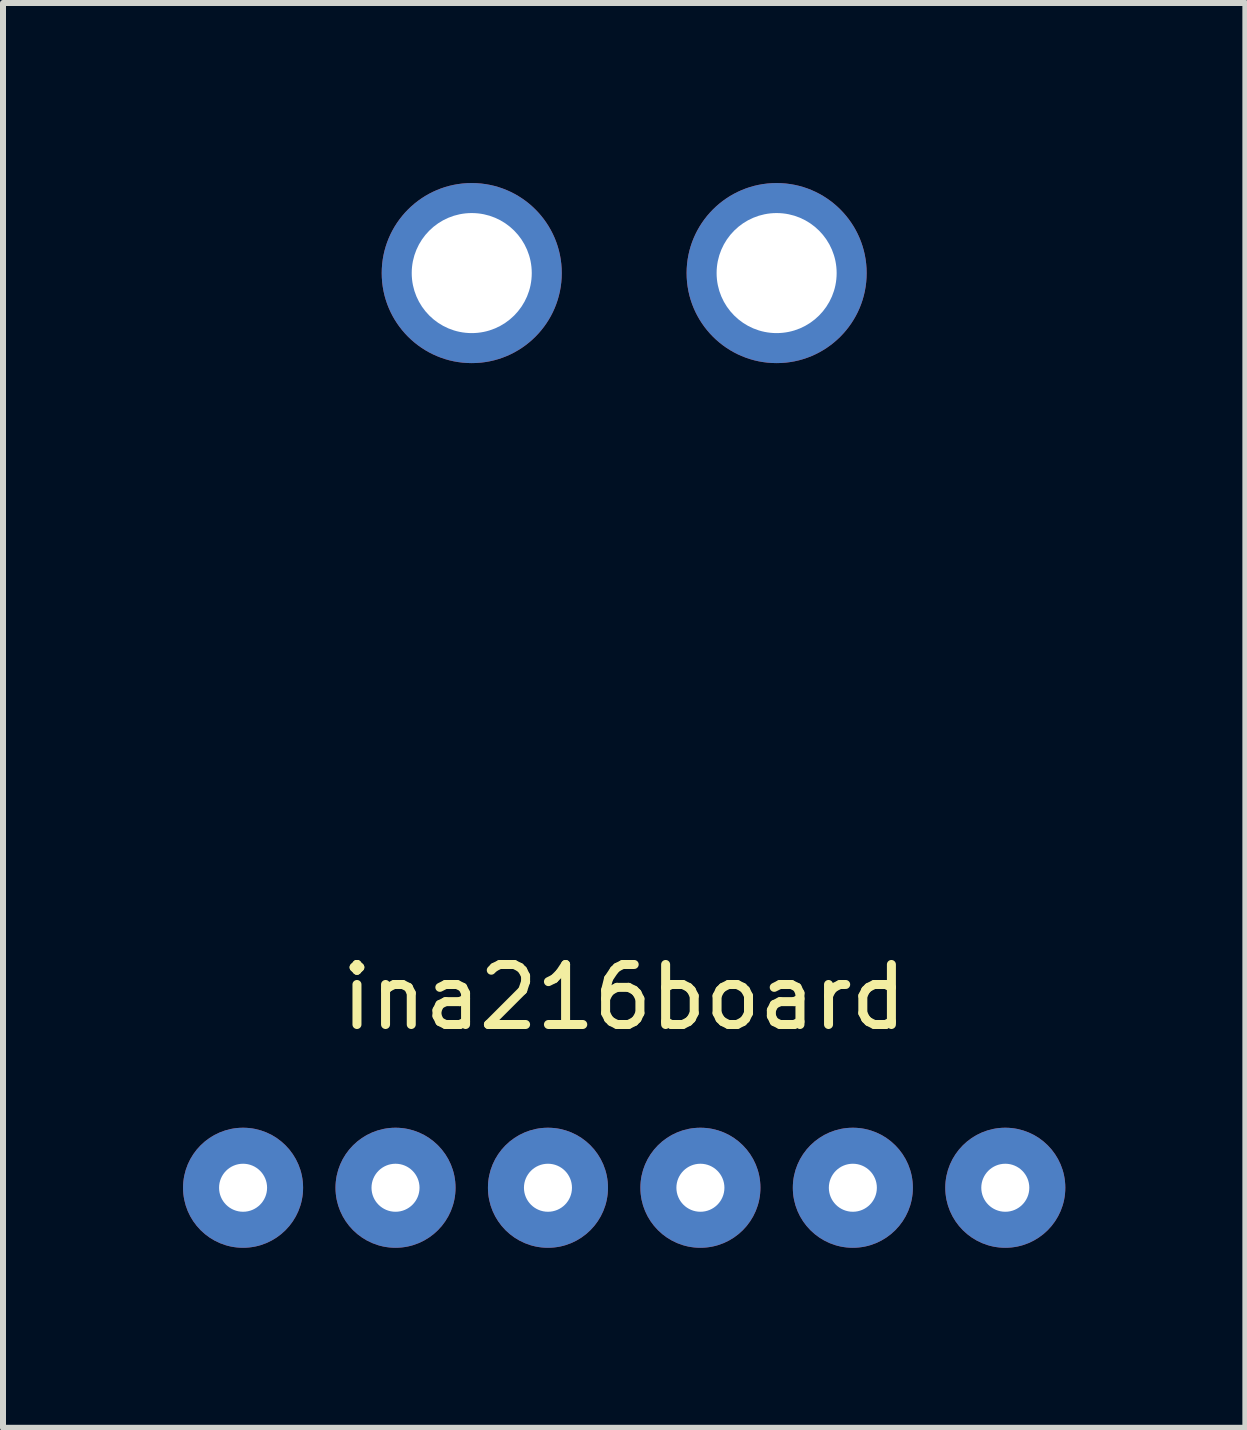
<source format=kicad_pcb>
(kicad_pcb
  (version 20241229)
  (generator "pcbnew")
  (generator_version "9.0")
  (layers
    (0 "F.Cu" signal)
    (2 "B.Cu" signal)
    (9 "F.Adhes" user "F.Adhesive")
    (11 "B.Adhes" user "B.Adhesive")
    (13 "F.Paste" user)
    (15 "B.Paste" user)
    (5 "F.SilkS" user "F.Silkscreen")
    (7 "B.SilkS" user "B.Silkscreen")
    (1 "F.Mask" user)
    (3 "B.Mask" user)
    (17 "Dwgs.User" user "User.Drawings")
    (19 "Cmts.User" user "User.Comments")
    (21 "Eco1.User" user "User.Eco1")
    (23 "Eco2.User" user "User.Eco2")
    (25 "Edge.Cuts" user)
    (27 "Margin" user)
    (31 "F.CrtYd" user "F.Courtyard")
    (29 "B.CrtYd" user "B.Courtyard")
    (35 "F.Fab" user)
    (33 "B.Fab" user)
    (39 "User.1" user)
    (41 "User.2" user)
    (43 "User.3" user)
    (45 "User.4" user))
  (footprint "ina216board"
    (layer "F.Cu")
    (at 7.35 16.74)
    (property "Reference" "ina216board" (at 0 -3.175 0) (layer "F.SilkS") (effects (font (size 1 1) (thickness 0.15))))
    (attr through_hole)
    (pad "1" thru_hole circle (at -6.35 0) (size 2 2) (drill 0.8) (layers "*.Cu" "*.Mask"))
    (pad "2" thru_hole circle (at -3.81 0) (size 2 2) (drill 0.8) (layers "*.Cu" "*.Mask"))
    (pad "3" thru_hole circle (at -1.27 0) (size 2 2) (drill 0.8) (layers "*.Cu" "*.Mask"))
    (pad "4" thru_hole circle (at 1.27 0) (size 2 2) (drill 0.8) (layers "*.Cu" "*.Mask"))
    (pad "5" thru_hole circle (at 3.81 0) (size 2 2) (drill 0.8) (layers "*.Cu" "*.Mask"))
    (pad "6" thru_hole circle (at 6.35 0) (size 2 2) (drill 0.8) (layers "*.Cu" "*.Mask"))
    (pad "7" thru_hole circle (at -2.54 -15.24) (size 3 3) (drill 2) (layers "*.Cu" "*.Mask"))
    (pad "7" thru_hole circle (at 2.54 -15.24) (size 3 3) (drill 2) (layers "*.Cu" "*.Mask")))
  (gr_rect
    (start -3 -3)
    (end 17.7 20.74)
    (stroke (width 0.1) (type default))
    (fill no)
    (layer "Edge.Cuts")))
</source>
